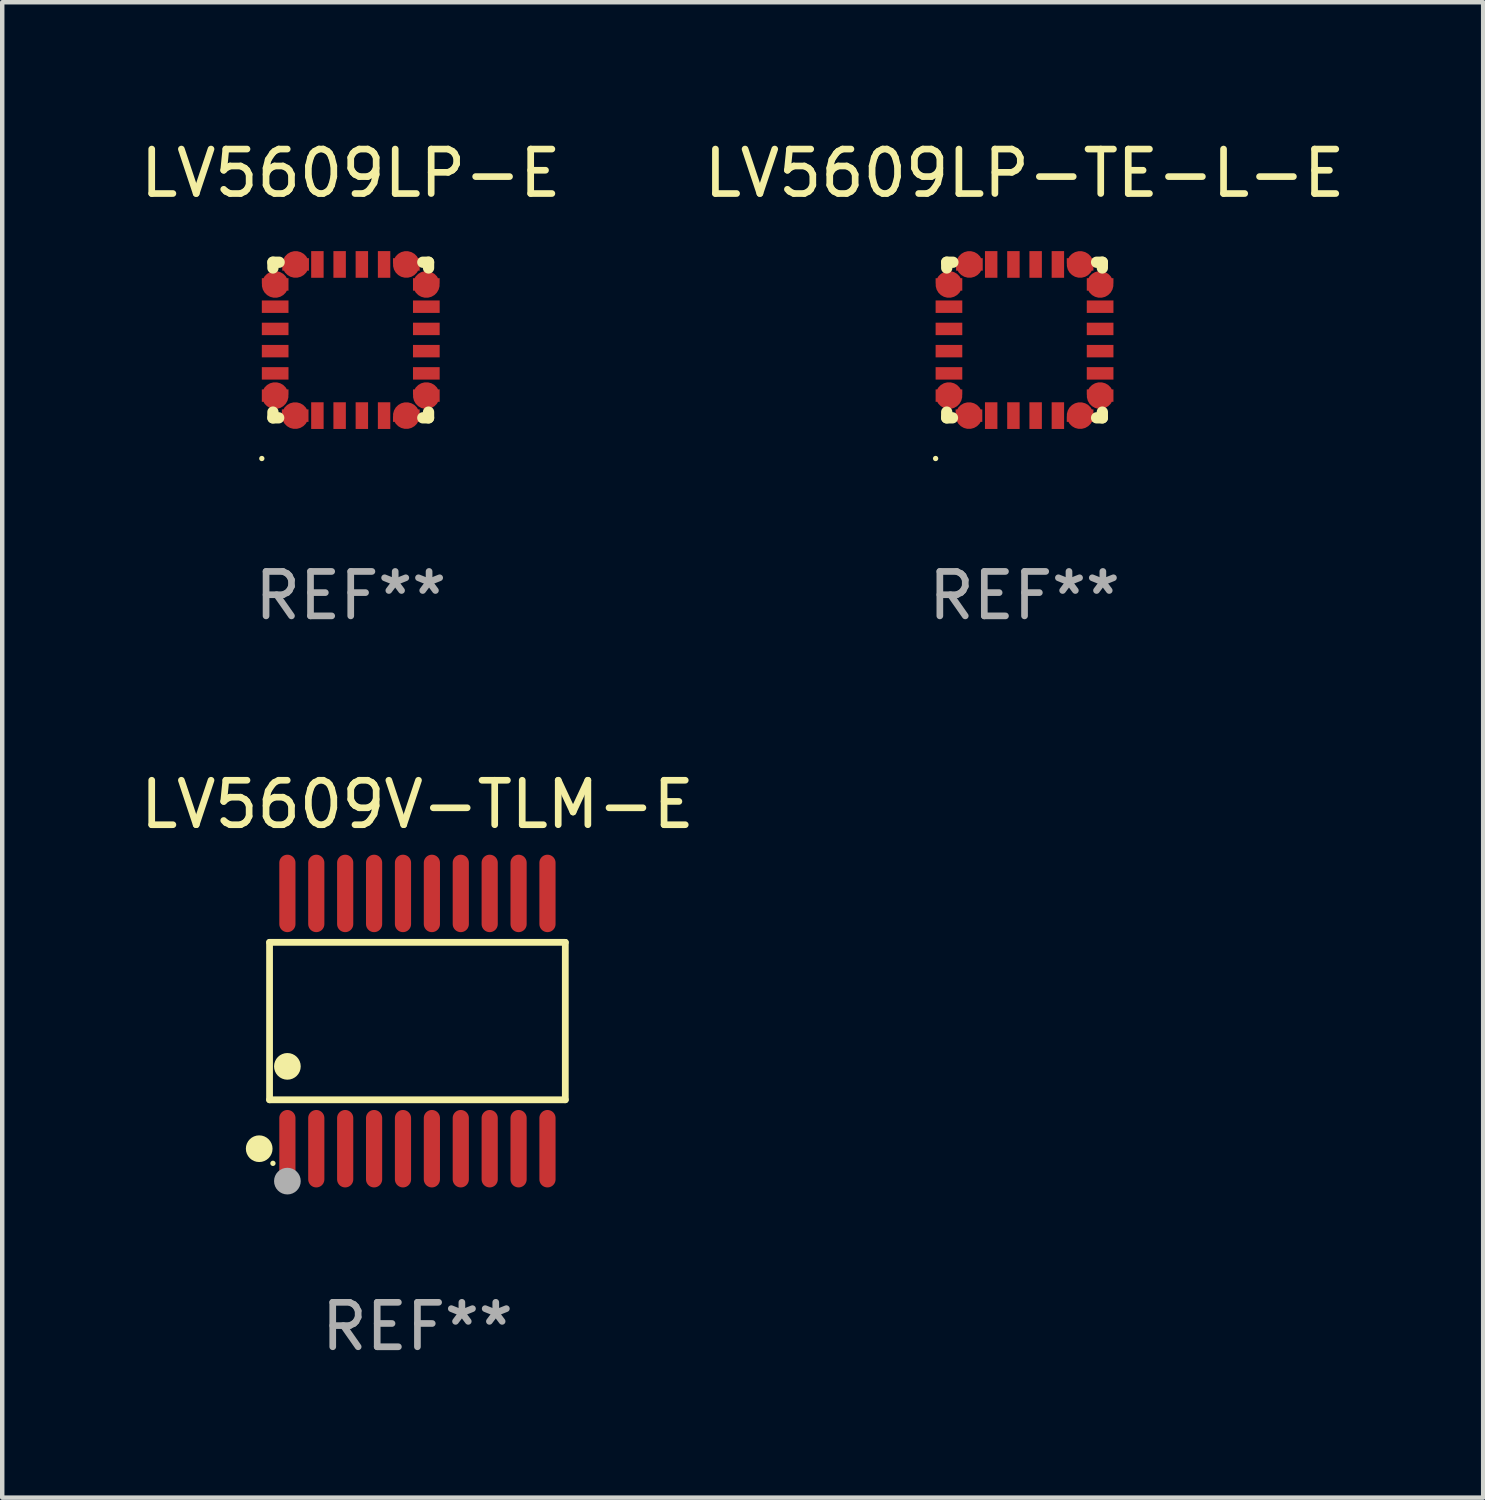
<source format=kicad_pcb>
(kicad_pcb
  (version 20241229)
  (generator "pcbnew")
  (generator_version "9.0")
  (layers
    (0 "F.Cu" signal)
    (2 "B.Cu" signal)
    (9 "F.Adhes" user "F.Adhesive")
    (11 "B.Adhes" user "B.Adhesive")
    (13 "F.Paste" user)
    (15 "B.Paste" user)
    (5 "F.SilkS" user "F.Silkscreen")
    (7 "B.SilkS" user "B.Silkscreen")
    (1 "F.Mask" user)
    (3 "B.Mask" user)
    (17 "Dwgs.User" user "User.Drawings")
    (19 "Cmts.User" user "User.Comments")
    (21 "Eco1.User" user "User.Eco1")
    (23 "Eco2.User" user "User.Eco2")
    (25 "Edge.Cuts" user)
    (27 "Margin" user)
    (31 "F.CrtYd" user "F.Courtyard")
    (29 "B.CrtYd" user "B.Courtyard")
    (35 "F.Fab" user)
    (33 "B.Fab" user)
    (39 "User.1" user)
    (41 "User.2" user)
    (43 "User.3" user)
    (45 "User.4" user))
  (footprint "LV5609LP-E"
    (layer "F.Cu")
    (at 4.839 4.598)
    (property "Reference" "LV5609LP-E" (at 0 -3.75 0) (layer "F.SilkS") (effects (font (size 1 1) (thickness 0.15))))
    (attr through_hole)
    (fp_line (start -1.75 -1.75) (end -1.75 -1.621) (stroke (width 0.254) (type solid)) (layer "F.SilkS"))
    (fp_line (start -1.75 1.621) (end -1.75 1.75) (stroke (width 0.254) (type solid)) (layer "F.SilkS"))
    (fp_line (start -1.75 1.75) (end -1.621 1.75) (stroke (width 0.254) (type solid)) (layer "F.SilkS"))
    (fp_line (start -1.611 -1.75) (end -1.75 -1.75) (stroke (width 0.254) (type solid)) (layer "F.SilkS"))
    (fp_line (start 1.621 1.75) (end 1.75 1.75) (stroke (width 0.254) (type solid)) (layer "F.SilkS"))
    (fp_line (start 1.75 -1.75) (end 1.621 -1.75) (stroke (width 0.254) (type solid)) (layer "F.SilkS"))
    (fp_line (start 1.75 -1.621) (end 1.75 -1.75) (stroke (width 0.254) (type solid)) (layer "F.SilkS"))
    (fp_line (start 1.75 1.75) (end 1.75 1.621) (stroke (width 0.254) (type solid)) (layer "F.SilkS"))
    (fp_circle (center -2 2.665) (end -1.97 2.665) (stroke (width 0.06) (type solid)) (fill no) (layer "F.SilkS"))
    (fp_text user "REF**" (at 0 5.75 0) (layer "F.Fab") (effects (font (size 1 1) (thickness 0.15))))
    (pad "1" smd custom (at -1.25 1.7 90) (size 0.6 0.28) (layers "F.Cu" "F.Mask" "F.Paste") (options (anchor circle)) (primitives (gr_poly (pts (xy 0.14 0.3) (xy 0.14 -0.3) (xy 0.02 -0.3) (xy -0.14 -0.15) (xy -0.14 0.3)) (width 0) (fill yes))))
    (pad "2" smd rect (at -0.75 1.7 180) (size 0.28 0.6) (layers "F.Cu" "F.Mask" "F.Paste"))
    (pad "3" smd rect (at -0.25 1.7 180) (size 0.28 0.6) (layers "F.Cu" "F.Mask" "F.Paste"))
    (pad "4" smd rect (at 0.25 1.7 180) (size 0.28 0.6) (layers "F.Cu" "F.Mask" "F.Paste"))
    (pad "5" smd rect (at 0.75 1.7 180) (size 0.28 0.6) (layers "F.Cu" "F.Mask" "F.Paste"))
    (pad "6" smd custom (at 1.25 1.7 90) (size 0.6 0.28) (layers "F.Cu" "F.Mask" "F.Paste") (options (anchor circle)) (primitives (gr_poly (pts (xy -0.14 0.3) (xy -0.14 -0.3) (xy -0.02 -0.3) (xy 0.14 -0.15) (xy 0.14 0.3)) (width 0) (fill yes))))
    (pad "7" smd custom (at 1.7 1.25) (size 0.6 0.28) (layers "F.Cu" "F.Mask" "F.Paste") (options (anchor circle)) (primitives (gr_poly (pts (xy 0.3 -0.14) (xy -0.3 -0.14) (xy -0.3 -0.02) (xy -0.15 0.14) (xy 0.3 0.14)) (width 0) (fill yes))))
    (pad "8" smd rect (at 1.7 0.75 90) (size 0.28 0.6) (layers "F.Cu" "F.Mask" "F.Paste"))
    (pad "9" smd rect (at 1.7 0.25 90) (size 0.28 0.6) (layers "F.Cu" "F.Mask" "F.Paste"))
    (pad "10" smd rect (at 1.7 -0.25 90) (size 0.28 0.6) (layers "F.Cu" "F.Mask" "F.Paste"))
    (pad "11" smd rect (at 1.7 -0.75 90) (size 0.28 0.6) (layers "F.Cu" "F.Mask" "F.Paste"))
    (pad "12" smd custom (at 1.7 -1.25 180) (size 0.6 0.28) (layers "F.Cu" "F.Mask" "F.Paste") (options (anchor circle)) (primitives (gr_poly (pts (xy 0.3 0.14) (xy -0.3 0.14) (xy -0.3 0.02) (xy -0.15 -0.14) (xy 0.3 -0.14)) (width 0) (fill yes))))
    (pad "13" smd custom (at 1.25 -1.7 270) (size 0.6 0.28) (layers "F.Cu" "F.Mask" "F.Paste") (options (anchor circle)) (primitives (gr_poly (pts (xy -0.14 -0.3) (xy -0.14 0.3) (xy -0.02 0.3) (xy 0.14 0.15) (xy 0.14 -0.3)) (width 0) (fill yes))))
    (pad "14" smd rect (at 0.75 -1.7 180) (size 0.28 0.6) (layers "F.Cu" "F.Mask" "F.Paste"))
    (pad "15" smd rect (at 0.25 -1.7 180) (size 0.28 0.6) (layers "F.Cu" "F.Mask" "F.Paste"))
    (pad "16" smd rect (at -0.25 -1.7 180) (size 0.28 0.6) (layers "F.Cu" "F.Mask" "F.Paste"))
    (pad "17" smd rect (at -0.75 -1.7 180) (size 0.28 0.6) (layers "F.Cu" "F.Mask" "F.Paste"))
    (pad "18" smd custom (at -1.24 -1.7 270) (size 0.6 0.28) (layers "F.Cu" "F.Mask" "F.Paste") (options (anchor circle)) (primitives (gr_poly (pts (xy 0.14 -0.3) (xy 0.14 0.3) (xy 0.02 0.3) (xy -0.14 0.15) (xy -0.14 -0.3)) (width 0) (fill yes))))
    (pad "19" smd custom (at -1.7 -1.25 180) (size 0.6 0.28) (layers "F.Cu" "F.Mask" "F.Paste") (options (anchor circle)) (primitives (gr_poly (pts (xy -0.3 0.14) (xy 0.3 0.14) (xy 0.3 0.02) (xy 0.15 -0.14) (xy -0.3 -0.14)) (width 0) (fill yes))))
    (pad "20" smd rect (at -1.7 -0.75 90) (size 0.28 0.6) (layers "F.Cu" "F.Mask" "F.Paste"))
    (pad "21" smd rect (at -1.7 -0.25 90) (size 0.28 0.6) (layers "F.Cu" "F.Mask" "F.Paste"))
    (pad "22" smd rect (at -1.7 0.25 90) (size 0.28 0.6) (layers "F.Cu" "F.Mask" "F.Paste"))
    (pad "23" smd rect (at -1.7 0.75 90) (size 0.28 0.6) (layers "F.Cu" "F.Mask" "F.Paste"))
    (pad "24" smd custom (at -1.7 1.25) (size 0.6 0.28) (layers "F.Cu" "F.Mask" "F.Paste") (options (anchor circle)) (primitives (gr_poly (pts (xy -0.3 -0.14) (xy 0.3 -0.14) (xy 0.3 -0.02) (xy 0.15 0.14) (xy -0.3 0.14)) (width 0) (fill yes)))))
  (footprint "LV5609LP-TE-L-E"
    (layer "F.Cu")
    (at 19.994 4.598)
    (property "Reference" "LV5609LP-TE-L-E" (at 0 -3.75 0) (layer "F.SilkS") (effects (font (size 1 1) (thickness 0.15))))
    (attr through_hole)
    (fp_line (start -1.75 -1.75) (end -1.75 -1.621) (stroke (width 0.254) (type solid)) (layer "F.SilkS"))
    (fp_line (start -1.75 1.621) (end -1.75 1.75) (stroke (width 0.254) (type solid)) (layer "F.SilkS"))
    (fp_line (start -1.75 1.75) (end -1.621 1.75) (stroke (width 0.254) (type solid)) (layer "F.SilkS"))
    (fp_line (start -1.611 -1.75) (end -1.75 -1.75) (stroke (width 0.254) (type solid)) (layer "F.SilkS"))
    (fp_line (start 1.621 1.75) (end 1.75 1.75) (stroke (width 0.254) (type solid)) (layer "F.SilkS"))
    (fp_line (start 1.75 -1.75) (end 1.621 -1.75) (stroke (width 0.254) (type solid)) (layer "F.SilkS"))
    (fp_line (start 1.75 -1.621) (end 1.75 -1.75) (stroke (width 0.254) (type solid)) (layer "F.SilkS"))
    (fp_line (start 1.75 1.75) (end 1.75 1.621) (stroke (width 0.254) (type solid)) (layer "F.SilkS"))
    (fp_circle (center -2 2.665) (end -1.97 2.665) (stroke (width 0.06) (type solid)) (fill no) (layer "F.SilkS"))
    (fp_text user "REF**" (at 0 5.75 0) (layer "F.Fab") (effects (font (size 1 1) (thickness 0.15))))
    (pad "1" smd custom (at -1.25 1.7 90) (size 0.6 0.28) (layers "F.Cu" "F.Mask" "F.Paste") (options (anchor circle)) (primitives (gr_poly (pts (xy 0.14 0.3) (xy 0.14 -0.3) (xy 0.02 -0.3) (xy -0.14 -0.15) (xy -0.14 0.3)) (width 0) (fill yes))))
    (pad "2" smd rect (at -0.75 1.7 180) (size 0.28 0.6) (layers "F.Cu" "F.Mask" "F.Paste"))
    (pad "3" smd rect (at -0.25 1.7 180) (size 0.28 0.6) (layers "F.Cu" "F.Mask" "F.Paste"))
    (pad "4" smd rect (at 0.25 1.7 180) (size 0.28 0.6) (layers "F.Cu" "F.Mask" "F.Paste"))
    (pad "5" smd rect (at 0.75 1.7 180) (size 0.28 0.6) (layers "F.Cu" "F.Mask" "F.Paste"))
    (pad "6" smd custom (at 1.25 1.7 90) (size 0.6 0.28) (layers "F.Cu" "F.Mask" "F.Paste") (options (anchor circle)) (primitives (gr_poly (pts (xy -0.14 0.3) (xy -0.14 -0.3) (xy -0.02 -0.3) (xy 0.14 -0.15) (xy 0.14 0.3)) (width 0) (fill yes))))
    (pad "7" smd custom (at 1.7 1.25) (size 0.6 0.28) (layers "F.Cu" "F.Mask" "F.Paste") (options (anchor circle)) (primitives (gr_poly (pts (xy 0.3 -0.14) (xy -0.3 -0.14) (xy -0.3 -0.02) (xy -0.15 0.14) (xy 0.3 0.14)) (width 0) (fill yes))))
    (pad "8" smd rect (at 1.7 0.75 90) (size 0.28 0.6) (layers "F.Cu" "F.Mask" "F.Paste"))
    (pad "9" smd rect (at 1.7 0.25 90) (size 0.28 0.6) (layers "F.Cu" "F.Mask" "F.Paste"))
    (pad "10" smd rect (at 1.7 -0.25 90) (size 0.28 0.6) (layers "F.Cu" "F.Mask" "F.Paste"))
    (pad "11" smd rect (at 1.7 -0.75 90) (size 0.28 0.6) (layers "F.Cu" "F.Mask" "F.Paste"))
    (pad "12" smd custom (at 1.7 -1.25 180) (size 0.6 0.28) (layers "F.Cu" "F.Mask" "F.Paste") (options (anchor circle)) (primitives (gr_poly (pts (xy 0.3 0.14) (xy -0.3 0.14) (xy -0.3 0.02) (xy -0.15 -0.14) (xy 0.3 -0.14)) (width 0) (fill yes))))
    (pad "13" smd custom (at 1.25 -1.7 270) (size 0.6 0.28) (layers "F.Cu" "F.Mask" "F.Paste") (options (anchor circle)) (primitives (gr_poly (pts (xy -0.14 -0.3) (xy -0.14 0.3) (xy -0.02 0.3) (xy 0.14 0.15) (xy 0.14 -0.3)) (width 0) (fill yes))))
    (pad "14" smd rect (at 0.75 -1.7 180) (size 0.28 0.6) (layers "F.Cu" "F.Mask" "F.Paste"))
    (pad "15" smd rect (at 0.25 -1.7 180) (size 0.28 0.6) (layers "F.Cu" "F.Mask" "F.Paste"))
    (pad "16" smd rect (at -0.25 -1.7 180) (size 0.28 0.6) (layers "F.Cu" "F.Mask" "F.Paste"))
    (pad "17" smd rect (at -0.75 -1.7 180) (size 0.28 0.6) (layers "F.Cu" "F.Mask" "F.Paste"))
    (pad "18" smd custom (at -1.24 -1.7 270) (size 0.6 0.28) (layers "F.Cu" "F.Mask" "F.Paste") (options (anchor circle)) (primitives (gr_poly (pts (xy 0.14 -0.3) (xy 0.14 0.3) (xy 0.02 0.3) (xy -0.14 0.15) (xy -0.14 -0.3)) (width 0) (fill yes))))
    (pad "19" smd custom (at -1.7 -1.25 180) (size 0.6 0.28) (layers "F.Cu" "F.Mask" "F.Paste") (options (anchor circle)) (primitives (gr_poly (pts (xy -0.3 0.14) (xy 0.3 0.14) (xy 0.3 0.02) (xy 0.15 -0.14) (xy -0.3 -0.14)) (width 0) (fill yes))))
    (pad "20" smd rect (at -1.7 -0.75 90) (size 0.28 0.6) (layers "F.Cu" "F.Mask" "F.Paste"))
    (pad "21" smd rect (at -1.7 -0.25 90) (size 0.28 0.6) (layers "F.Cu" "F.Mask" "F.Paste"))
    (pad "22" smd rect (at -1.7 0.25 90) (size 0.28 0.6) (layers "F.Cu" "F.Mask" "F.Paste"))
    (pad "23" smd rect (at -1.7 0.75 90) (size 0.28 0.6) (layers "F.Cu" "F.Mask" "F.Paste"))
    (pad "24" smd custom (at -1.7 1.25) (size 0.6 0.28) (layers "F.Cu" "F.Mask" "F.Paste") (options (anchor circle)) (primitives (gr_poly (pts (xy -0.3 -0.14) (xy 0.3 -0.14) (xy 0.3 -0.02) (xy 0.15 0.14) (xy -0.3 0.14)) (width 0) (fill yes)))))
  (footprint "LV5609V-TLM-E"
    (layer "F.Cu")
    (at 6.339 19.916)
    (property "Reference" "LV5609V-TLM-E" (at 0 -4.871 0) (layer "F.SilkS") (effects (font (size 1 1) (thickness 0.15))))
    (attr through_hole)
    (fp_line (start -3.326 -1.771) (end 3.326 -1.771) (stroke (width 0.152) (type solid)) (layer "F.SilkS"))
    (fp_line (start -3.326 1.771) (end -3.326 -1.771) (stroke (width 0.152) (type solid)) (layer "F.SilkS"))
    (fp_line (start 3.326 -1.771) (end 3.326 1.771) (stroke (width 0.152) (type solid)) (layer "F.SilkS"))
    (fp_line (start 3.326 1.771) (end -3.326 1.771) (stroke (width 0.152) (type solid)) (layer "F.SilkS"))
    (fp_circle (center -3.559 2.871) (end -3.409 2.871) (stroke (width 0.3) (type solid)) (fill no) (layer "F.SilkS"))
    (fp_circle (center -3.25 3.2) (end -3.22 3.2) (stroke (width 0.06) (type solid)) (fill no) (layer "F.SilkS"))
    (fp_circle (center -2.925 1.019) (end -2.775 1.019) (stroke (width 0.3) (type solid)) (fill no) (layer "F.SilkS"))
    (fp_circle (center -2.925 3.6) (end -2.775 3.6) (stroke (width 0.3) (type solid)) (fill no) (layer "F.Fab"))
    (fp_text user "REF**" (at 0 6.871 0) (layer "F.Fab") (effects (font (size 1 1) (thickness 0.15))))
    (pad "1" smd oval (at -2.925 2.871) (size 0.364 1.742) (layers "F.Cu" "F.Mask" "F.Paste"))
    (pad "2" smd oval (at -2.275 2.871) (size 0.364 1.742) (layers "F.Cu" "F.Mask" "F.Paste"))
    (pad "3" smd oval (at -1.625 2.871) (size 0.364 1.742) (layers "F.Cu" "F.Mask" "F.Paste"))
    (pad "4" smd oval (at -0.975 2.871) (size 0.364 1.742) (layers "F.Cu" "F.Mask" "F.Paste"))
    (pad "5" smd oval (at -0.325 2.871) (size 0.364 1.742) (layers "F.Cu" "F.Mask" "F.Paste"))
    (pad "6" smd oval (at 0.325 2.871) (size 0.364 1.742) (layers "F.Cu" "F.Mask" "F.Paste"))
    (pad "7" smd oval (at 0.975 2.871) (size 0.364 1.742) (layers "F.Cu" "F.Mask" "F.Paste"))
    (pad "8" smd oval (at 1.625 2.871) (size 0.364 1.742) (layers "F.Cu" "F.Mask" "F.Paste"))
    (pad "9" smd oval (at 2.275 2.871) (size 0.364 1.742) (layers "F.Cu" "F.Mask" "F.Paste"))
    (pad "10" smd oval (at 2.925 2.871) (size 0.364 1.742) (layers "F.Cu" "F.Mask" "F.Paste"))
    (pad "11" smd oval (at 2.925 -2.871) (size 0.364 1.742) (layers "F.Cu" "F.Mask" "F.Paste"))
    (pad "12" smd oval (at 2.275 -2.871) (size 0.364 1.742) (layers "F.Cu" "F.Mask" "F.Paste"))
    (pad "13" smd oval (at 1.625 -2.871) (size 0.364 1.742) (layers "F.Cu" "F.Mask" "F.Paste"))
    (pad "14" smd oval (at 0.975 -2.871) (size 0.364 1.742) (layers "F.Cu" "F.Mask" "F.Paste"))
    (pad "15" smd oval (at 0.325 -2.871) (size 0.364 1.742) (layers "F.Cu" "F.Mask" "F.Paste"))
    (pad "16" smd oval (at -0.325 -2.871) (size 0.364 1.742) (layers "F.Cu" "F.Mask" "F.Paste"))
    (pad "17" smd oval (at -0.975 -2.871) (size 0.364 1.742) (layers "F.Cu" "F.Mask" "F.Paste"))
    (pad "18" smd oval (at -1.625 -2.871) (size 0.364 1.742) (layers "F.Cu" "F.Mask" "F.Paste"))
    (pad "19" smd oval (at -2.275 -2.871) (size 0.364 1.742) (layers "F.Cu" "F.Mask" "F.Paste"))
    (pad "20" smd oval (at -2.925 -2.871) (size 0.364 1.742) (layers "F.Cu" "F.Mask" "F.Paste")))
  (gr_rect
    (start -3 -3)
    (end 30.31 30.635)
    (stroke (width 0.1) (type default))
    (fill no)
    (layer "Edge.Cuts")))
</source>
